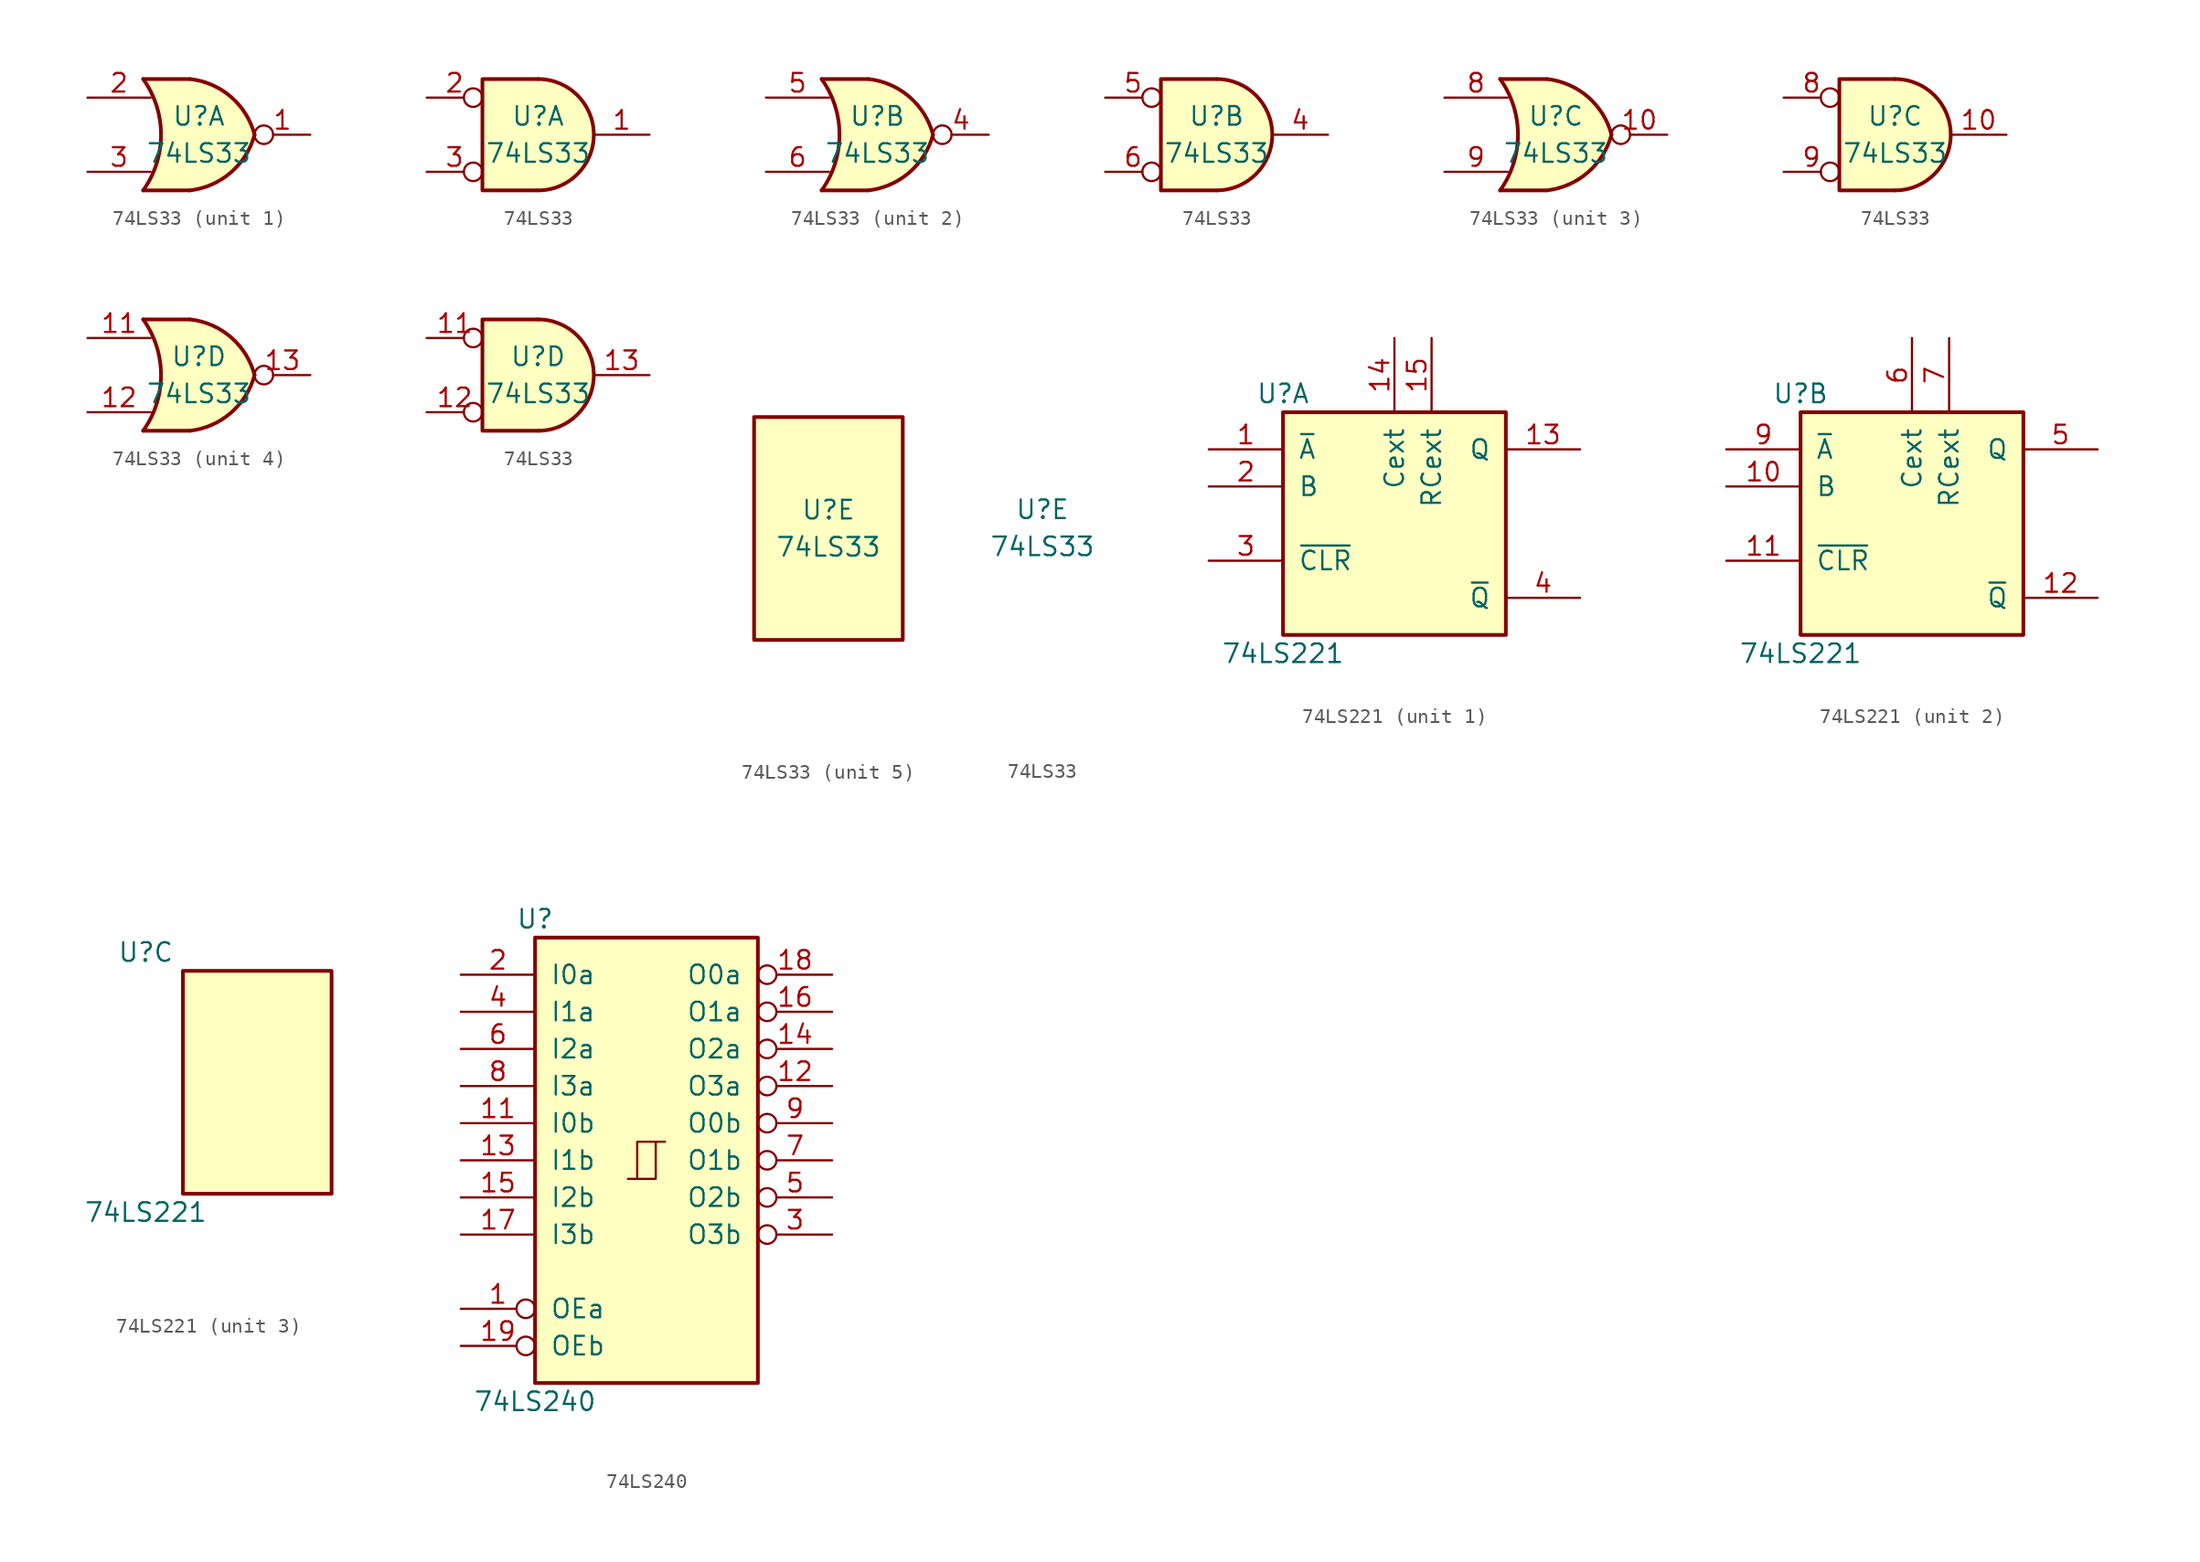
<source format=kicad_sym>
(kicad_symbol_lib
  (version 20211014)
  (generator kicad_symbol_editor)
  (symbol "74LS33"
    (pin_names
      (offset 1.016))
    (property "Reference" "U"
      (at 0 1.27 0)
      (effects (font (size 1.27 1.27))))
    (property "Value" "74LS33"
      (at 0 -1.27 0)
      (effects (font (size 1.27 1.27))))
    (property "ki_locked" ""
      (at 0 0 0)
      (effects (font (size 1.27 1.27))))
    (symbol "74LS33_1_1"
      (arc (start -3.81 -3.81) (mid -2.589 0) (end -3.81 3.81) (stroke (width 0.254) (type default) (color 0 0 0 0)) (fill (type none)))
      (arc (start -0.6096 -3.81) (mid 2.1842 -2.5851) (end 3.81 0) (stroke (width 0.254) (type default) (color 0 0 0 0)) (fill (type background)))
      (polyline (pts (xy -3.81 -3.81) (xy -0.635 -3.81)) (stroke (width 0.254) (type default) (color 0 0 0 0)) (fill (type background)))
      (polyline (pts (xy -3.81 3.81) (xy -0.635 3.81)) (stroke (width 0.254) (type default) (color 0 0 0 0)) (fill (type background)))
      (polyline (pts (xy -0.635 3.81) (xy -3.81 3.81) (xy -3.81 3.81) (xy -3.556 3.404) (xy -3.023 2.261) (xy -2.692 1.041) (xy -2.616 -0.254) (xy -2.769 -1.499) (xy -3.175 -2.718) (xy -3.81 -3.81) (xy -3.81 -3.81) (xy -0.635 -3.81)) (stroke (width -25.4) (type default) (color 0 0 0 0)) (fill (type background)))
      (arc (start 3.81 0) (mid 2.1915 2.5936) (end -0.6096 3.81) (stroke (width 0.254) (type default) (color 0 0 0 0)) (fill (type background)))
      (pin open_collector inverted (at 7.62 0 180) (length 3.81) (name "~" (effects (font (size 1.27 1.27)))) (number "1" (effects (font (size 1.27 1.27)))))
      (pin input line (at -7.62 2.54 0) (length 4.318) (name "~" (effects (font (size 1.27 1.27)))) (number "2" (effects (font (size 1.27 1.27)))))
      (pin input line (at -7.62 -2.54 0) (length 4.318) (name "~" (effects (font (size 1.27 1.27)))) (number "3" (effects (font (size 1.27 1.27))))))
    (symbol "74LS33_1_2"
      (arc (start 0 -3.81) (mid 3.81 0) (end 0 3.81) (stroke (width 0.254) (type default) (color 0 0 0 0)) (fill (type background)))
      (polyline (pts (xy 0 3.81) (xy -3.81 3.81) (xy -3.81 -3.81) (xy 0 -3.81)) (stroke (width 0.254) (type default) (color 0 0 0 0)) (fill (type background)))
      (pin open_collector line (at 7.62 0 180) (length 3.81) (name "~" (effects (font (size 1.27 1.27)))) (number "1" (effects (font (size 1.27 1.27)))))
      (pin input inverted (at -7.62 2.54 0) (length 3.81) (name "~" (effects (font (size 1.27 1.27)))) (number "2" (effects (font (size 1.27 1.27)))))
      (pin input inverted (at -7.62 -2.54 0) (length 3.81) (name "~" (effects (font (size 1.27 1.27)))) (number "3" (effects (font (size 1.27 1.27))))))
    (symbol "74LS33_2_1"
      (arc (start -3.81 -3.81) (mid -2.589 0) (end -3.81 3.81) (stroke (width 0.254) (type default) (color 0 0 0 0)) (fill (type none)))
      (arc (start -0.6096 -3.81) (mid 2.1842 -2.5851) (end 3.81 0) (stroke (width 0.254) (type default) (color 0 0 0 0)) (fill (type background)))
      (polyline (pts (xy -3.81 -3.81) (xy -0.635 -3.81)) (stroke (width 0.254) (type default) (color 0 0 0 0)) (fill (type background)))
      (polyline (pts (xy -3.81 3.81) (xy -0.635 3.81)) (stroke (width 0.254) (type default) (color 0 0 0 0)) (fill (type background)))
      (polyline (pts (xy -0.635 3.81) (xy -3.81 3.81) (xy -3.81 3.81) (xy -3.556 3.404) (xy -3.023 2.261) (xy -2.692 1.041) (xy -2.616 -0.254) (xy -2.769 -1.499) (xy -3.175 -2.718) (xy -3.81 -3.81) (xy -3.81 -3.81) (xy -0.635 -3.81)) (stroke (width -25.4) (type default) (color 0 0 0 0)) (fill (type background)))
      (arc (start 3.81 0) (mid 2.1915 2.5936) (end -0.6096 3.81) (stroke (width 0.254) (type default) (color 0 0 0 0)) (fill (type background)))
      (pin open_collector inverted (at 7.62 0 180) (length 3.81) (name "~" (effects (font (size 1.27 1.27)))) (number "4" (effects (font (size 1.27 1.27)))))
      (pin input line (at -7.62 2.54 0) (length 4.318) (name "~" (effects (font (size 1.27 1.27)))) (number "5" (effects (font (size 1.27 1.27)))))
      (pin input line (at -7.62 -2.54 0) (length 4.318) (name "~" (effects (font (size 1.27 1.27)))) (number "6" (effects (font (size 1.27 1.27))))))
    (symbol "74LS33_2_2"
      (arc (start 0 -3.81) (mid 3.81 0) (end 0 3.81) (stroke (width 0.254) (type default) (color 0 0 0 0)) (fill (type background)))
      (polyline (pts (xy 0 3.81) (xy -3.81 3.81) (xy -3.81 -3.81) (xy 0 -3.81)) (stroke (width 0.254) (type default) (color 0 0 0 0)) (fill (type background)))
      (pin open_collector line (at 7.62 0 180) (length 3.81) (name "~" (effects (font (size 1.27 1.27)))) (number "4" (effects (font (size 1.27 1.27)))))
      (pin input inverted (at -7.62 2.54 0) (length 3.81) (name "~" (effects (font (size 1.27 1.27)))) (number "5" (effects (font (size 1.27 1.27)))))
      (pin input inverted (at -7.62 -2.54 0) (length 3.81) (name "~" (effects (font (size 1.27 1.27)))) (number "6" (effects (font (size 1.27 1.27))))))
    (symbol "74LS33_3_1"
      (arc (start -3.81 -3.81) (mid -2.589 0) (end -3.81 3.81) (stroke (width 0.254) (type default) (color 0 0 0 0)) (fill (type none)))
      (arc (start -0.6096 -3.81) (mid 2.1842 -2.5851) (end 3.81 0) (stroke (width 0.254) (type default) (color 0 0 0 0)) (fill (type background)))
      (polyline (pts (xy -3.81 -3.81) (xy -0.635 -3.81)) (stroke (width 0.254) (type default) (color 0 0 0 0)) (fill (type background)))
      (polyline (pts (xy -3.81 3.81) (xy -0.635 3.81)) (stroke (width 0.254) (type default) (color 0 0 0 0)) (fill (type background)))
      (polyline (pts (xy -0.635 3.81) (xy -3.81 3.81) (xy -3.81 3.81) (xy -3.556 3.404) (xy -3.023 2.261) (xy -2.692 1.041) (xy -2.616 -0.254) (xy -2.769 -1.499) (xy -3.175 -2.718) (xy -3.81 -3.81) (xy -3.81 -3.81) (xy -0.635 -3.81)) (stroke (width -25.4) (type default) (color 0 0 0 0)) (fill (type background)))
      (arc (start 3.81 0) (mid 2.1915 2.5936) (end -0.6096 3.81) (stroke (width 0.254) (type default) (color 0 0 0 0)) (fill (type background)))
      (pin open_collector inverted (at 7.62 0 180) (length 3.81) (name "~" (effects (font (size 1.27 1.27)))) (number "10" (effects (font (size 1.27 1.27)))))
      (pin input line (at -7.62 2.54 0) (length 4.318) (name "~" (effects (font (size 1.27 1.27)))) (number "8" (effects (font (size 1.27 1.27)))))
      (pin input line (at -7.62 -2.54 0) (length 4.318) (name "~" (effects (font (size 1.27 1.27)))) (number "9" (effects (font (size 1.27 1.27))))))
    (symbol "74LS33_3_2"
      (arc (start 0 -3.81) (mid 3.81 0) (end 0 3.81) (stroke (width 0.254) (type default) (color 0 0 0 0)) (fill (type background)))
      (polyline (pts (xy 0 3.81) (xy -3.81 3.81) (xy -3.81 -3.81) (xy 0 -3.81)) (stroke (width 0.254) (type default) (color 0 0 0 0)) (fill (type background)))
      (pin open_collector line (at 7.62 0 180) (length 3.81) (name "~" (effects (font (size 1.27 1.27)))) (number "10" (effects (font (size 1.27 1.27)))))
      (pin input inverted (at -7.62 2.54 0) (length 3.81) (name "~" (effects (font (size 1.27 1.27)))) (number "8" (effects (font (size 1.27 1.27)))))
      (pin input inverted (at -7.62 -2.54 0) (length 3.81) (name "~" (effects (font (size 1.27 1.27)))) (number "9" (effects (font (size 1.27 1.27))))))
    (symbol "74LS33_4_1"
      (arc (start -3.81 -3.81) (mid -2.589 0) (end -3.81 3.81) (stroke (width 0.254) (type default) (color 0 0 0 0)) (fill (type none)))
      (arc (start -0.6096 -3.81) (mid 2.1842 -2.5851) (end 3.81 0) (stroke (width 0.254) (type default) (color 0 0 0 0)) (fill (type background)))
      (polyline (pts (xy -3.81 -3.81) (xy -0.635 -3.81)) (stroke (width 0.254) (type default) (color 0 0 0 0)) (fill (type background)))
      (polyline (pts (xy -3.81 3.81) (xy -0.635 3.81)) (stroke (width 0.254) (type default) (color 0 0 0 0)) (fill (type background)))
      (polyline (pts (xy -0.635 3.81) (xy -3.81 3.81) (xy -3.81 3.81) (xy -3.556 3.404) (xy -3.023 2.261) (xy -2.692 1.041) (xy -2.616 -0.254) (xy -2.769 -1.499) (xy -3.175 -2.718) (xy -3.81 -3.81) (xy -3.81 -3.81) (xy -0.635 -3.81)) (stroke (width -25.4) (type default) (color 0 0 0 0)) (fill (type background)))
      (arc (start 3.81 0) (mid 2.1915 2.5936) (end -0.6096 3.81) (stroke (width 0.254) (type default) (color 0 0 0 0)) (fill (type background)))
      (pin input line (at -7.62 2.54 0) (length 4.318) (name "~" (effects (font (size 1.27 1.27)))) (number "11" (effects (font (size 1.27 1.27)))))
      (pin input line (at -7.62 -2.54 0) (length 4.318) (name "~" (effects (font (size 1.27 1.27)))) (number "12" (effects (font (size 1.27 1.27)))))
      (pin open_collector inverted (at 7.62 0 180) (length 3.81) (name "~" (effects (font (size 1.27 1.27)))) (number "13" (effects (font (size 1.27 1.27))))))
    (symbol "74LS33_4_2"
      (arc (start 0 -3.81) (mid 3.81 0) (end 0 3.81) (stroke (width 0.254) (type default) (color 0 0 0 0)) (fill (type background)))
      (polyline (pts (xy 0 3.81) (xy -3.81 3.81) (xy -3.81 -3.81) (xy 0 -3.81)) (stroke (width 0.254) (type default) (color 0 0 0 0)) (fill (type background)))
      (pin input inverted (at -7.62 2.54 0) (length 3.81) (name "~" (effects (font (size 1.27 1.27)))) (number "11" (effects (font (size 1.27 1.27)))))
      (pin input inverted (at -7.62 -2.54 0) (length 3.81) (name "~" (effects (font (size 1.27 1.27)))) (number "12" (effects (font (size 1.27 1.27)))))
      (pin open_collector line (at 7.62 0 180) (length 3.81) (name "~" (effects (font (size 1.27 1.27)))) (number "13" (effects (font (size 1.27 1.27))))))
    (symbol "74LS33_5_0"
      (pin input line (at 0 12.7 270) (length 5.08) hide (name "VCC" (effects (font (size 1.27 1.27)))) (number "14" (effects (font (size 1.27 1.27)))))
      (pin input line (at 0 -12.7 90) (length 5.08) hide (name "GND" (effects (font (size 1.27 1.27)))) (number "7" (effects (font (size 1.27 1.27))))))
    (symbol "74LS33_5_1"
      (rectangle (start -5.08 7.62) (end 5.08 -7.62) (stroke (width 0.254) (type default) (color 0 0 0 0)) (fill (type background)))))
  (symbol "74LS221"
    (pin_names
      (offset 1.016))
    (property "Reference" "U"
      (at -7.62 8.89 0)
      (effects (font (size 1.27 1.27))))
    (property "Value" "74LS221"
      (at -7.62 -8.89 0)
      (effects (font (size 1.27 1.27))))
    (property "ki_locked" ""
      (at 0 0 0)
      (effects (font (size 1.27 1.27))))
    (symbol "74LS221_1_0"
      (pin input line (at -12.7 5.08 0) (length 5.08) (name "~{A}" (effects (font (size 1.27 1.27)))) (number "1" (effects (font (size 1.27 1.27)))))
      (pin output line (at 12.7 5.08 180) (length 5.08) (name "Q" (effects (font (size 1.27 1.27)))) (number "13" (effects (font (size 1.27 1.27)))))
      (pin input line (at 0 12.7 270) (length 5.08) (name "Cext" (effects (font (size 1.27 1.27)))) (number "14" (effects (font (size 1.27 1.27)))))
      (pin input line (at 2.54 12.7 270) (length 5.08) (name "RCext" (effects (font (size 1.27 1.27)))) (number "15" (effects (font (size 1.27 1.27)))))
      (pin input line (at -12.7 2.54 0) (length 5.08) (name "B" (effects (font (size 1.27 1.27)))) (number "2" (effects (font (size 1.27 1.27)))))
      (pin input line (at -12.7 -2.54 0) (length 5.08) (name "~{CLR}" (effects (font (size 1.27 1.27)))) (number "3" (effects (font (size 1.27 1.27)))))
      (pin output line (at 12.7 -5.08 180) (length 5.08) (name "~{Q}" (effects (font (size 1.27 1.27)))) (number "4" (effects (font (size 1.27 1.27))))))
    (symbol "74LS221_1_1"
      (rectangle (start -7.62 7.62) (end 7.62 -7.62) (stroke (width 0.254) (type default) (color 0 0 0 0)) (fill (type background))))
    (symbol "74LS221_2_0"
      (pin input line (at -12.7 2.54 0) (length 5.08) (name "B" (effects (font (size 1.27 1.27)))) (number "10" (effects (font (size 1.27 1.27)))))
      (pin input line (at -12.7 -2.54 0) (length 5.08) (name "~{CLR}" (effects (font (size 1.27 1.27)))) (number "11" (effects (font (size 1.27 1.27)))))
      (pin output line (at 12.7 -5.08 180) (length 5.08) (name "~{Q}" (effects (font (size 1.27 1.27)))) (number "12" (effects (font (size 1.27 1.27)))))
      (pin output line (at 12.7 5.08 180) (length 5.08) (name "Q" (effects (font (size 1.27 1.27)))) (number "5" (effects (font (size 1.27 1.27)))))
      (pin input line (at 0 12.7 270) (length 5.08) (name "Cext" (effects (font (size 1.27 1.27)))) (number "6" (effects (font (size 1.27 1.27)))))
      (pin input line (at 2.54 12.7 270) (length 5.08) (name "RCext" (effects (font (size 1.27 1.27)))) (number "7" (effects (font (size 1.27 1.27)))))
      (pin input line (at -12.7 5.08 0) (length 5.08) (name "~{A}" (effects (font (size 1.27 1.27)))) (number "9" (effects (font (size 1.27 1.27))))))
    (symbol "74LS221_2_1"
      (rectangle (start -7.62 7.62) (end 7.62 -7.62) (stroke (width 0.254) (type default) (color 0 0 0 0)) (fill (type background))))
    (symbol "74LS221_3_0"
      (pin input line (at 0 12.7 270) (length 5.08) hide (name "VCC" (effects (font (size 1.27 1.27)))) (number "16" (effects (font (size 1.27 1.27)))))
      (pin input line (at 0 -12.7 90) (length 5.08) hide (name "GND" (effects (font (size 1.27 1.27)))) (number "8" (effects (font (size 1.27 1.27))))))
    (symbol "74LS221_3_1"
      (rectangle (start -5.08 7.62) (end 5.08 -7.62) (stroke (width 0.254) (type default) (color 0 0 0 0)) (fill (type background)))))
  (symbol "74LS240"
    (pin_names
      (offset 1.016))
    (property "Reference" "U"
      (at -7.62 16.51 0)
      (effects (font (size 1.27 1.27))))
    (property "Value" "74LS240"
      (at -7.62 -16.51 0)
      (effects (font (size 1.27 1.27))))
    (property "ki_locked" ""
      (at 0 0 0)
      (effects (font (size 1.27 1.27))))
    (symbol "74LS240_1_0"
      (polyline (pts (xy -0.635 -1.27) (xy -0.635 1.27) (xy 0.635 1.27)) (stroke (width 0) (type default) (color 0 0 0 0)) (fill (type none)))
      (polyline (pts (xy -1.27 -1.27) (xy 0.635 -1.27) (xy 0.635 1.27) (xy 1.27 1.27)) (stroke (width 0) (type default) (color 0 0 0 0)) (fill (type none)))
      (pin input inverted (at -12.7 -10.16 0) (length 5.08) (name "OEa" (effects (font (size 1.27 1.27)))) (number "1" (effects (font (size 1.27 1.27)))))
      (pin power_in line (at 0 -15.24 90) (length 5.08) hide (name "VSS" (effects (font (size 1.27 1.27)))) (number "10" (effects (font (size 1.27 1.27)))))
      (pin input line (at -12.7 2.54 0) (length 5.08) (name "I0b" (effects (font (size 1.27 1.27)))) (number "11" (effects (font (size 1.27 1.27)))))
      (pin tri_state inverted (at 12.7 5.08 180) (length 5.08) (name "O3a" (effects (font (size 1.27 1.27)))) (number "12" (effects (font (size 1.27 1.27)))))
      (pin input line (at -12.7 0 0) (length 5.08) (name "I1b" (effects (font (size 1.27 1.27)))) (number "13" (effects (font (size 1.27 1.27)))))
      (pin tri_state inverted (at 12.7 7.62 180) (length 5.08) (name "O2a" (effects (font (size 1.27 1.27)))) (number "14" (effects (font (size 1.27 1.27)))))
      (pin input line (at -12.7 -2.54 0) (length 5.08) (name "I2b" (effects (font (size 1.27 1.27)))) (number "15" (effects (font (size 1.27 1.27)))))
      (pin tri_state inverted (at 12.7 10.16 180) (length 5.08) (name "O1a" (effects (font (size 1.27 1.27)))) (number "16" (effects (font (size 1.27 1.27)))))
      (pin input line (at -12.7 -5.08 0) (length 5.08) (name "I3b" (effects (font (size 1.27 1.27)))) (number "17" (effects (font (size 1.27 1.27)))))
      (pin tri_state inverted (at 12.7 12.7 180) (length 5.08) (name "O0a" (effects (font (size 1.27 1.27)))) (number "18" (effects (font (size 1.27 1.27)))))
      (pin input inverted (at -12.7 -12.7 0) (length 5.08) (name "OEb" (effects (font (size 1.27 1.27)))) (number "19" (effects (font (size 1.27 1.27)))))
      (pin input line (at -12.7 12.7 0) (length 5.08) (name "I0a" (effects (font (size 1.27 1.27)))) (number "2" (effects (font (size 1.27 1.27)))))
      (pin power_in line (at 0 15.24 270) (length 5.08) hide (name "VCC" (effects (font (size 1.27 1.27)))) (number "20" (effects (font (size 1.27 1.27)))))
      (pin tri_state inverted (at 12.7 -5.08 180) (length 5.08) (name "O3b" (effects (font (size 1.27 1.27)))) (number "3" (effects (font (size 1.27 1.27)))))
      (pin input line (at -12.7 10.16 0) (length 5.08) (name "I1a" (effects (font (size 1.27 1.27)))) (number "4" (effects (font (size 1.27 1.27)))))
      (pin tri_state inverted (at 12.7 -2.54 180) (length 5.08) (name "O2b" (effects (font (size 1.27 1.27)))) (number "5" (effects (font (size 1.27 1.27)))))
      (pin input line (at -12.7 7.62 0) (length 5.08) (name "I2a" (effects (font (size 1.27 1.27)))) (number "6" (effects (font (size 1.27 1.27)))))
      (pin tri_state inverted (at 12.7 0 180) (length 5.08) (name "O1b" (effects (font (size 1.27 1.27)))) (number "7" (effects (font (size 1.27 1.27)))))
      (pin input line (at -12.7 5.08 0) (length 5.08) (name "I3a" (effects (font (size 1.27 1.27)))) (number "8" (effects (font (size 1.27 1.27)))))
      (pin tri_state inverted (at 12.7 2.54 180) (length 5.08) (name "O0b" (effects (font (size 1.27 1.27)))) (number "9" (effects (font (size 1.27 1.27))))))
    (symbol "74LS240_1_1"
      (rectangle (start -7.62 15.24) (end 7.62 -15.24) (stroke (width 0.254) (type default) (color 0 0 0 0)) (fill (type background))))))
</source>
